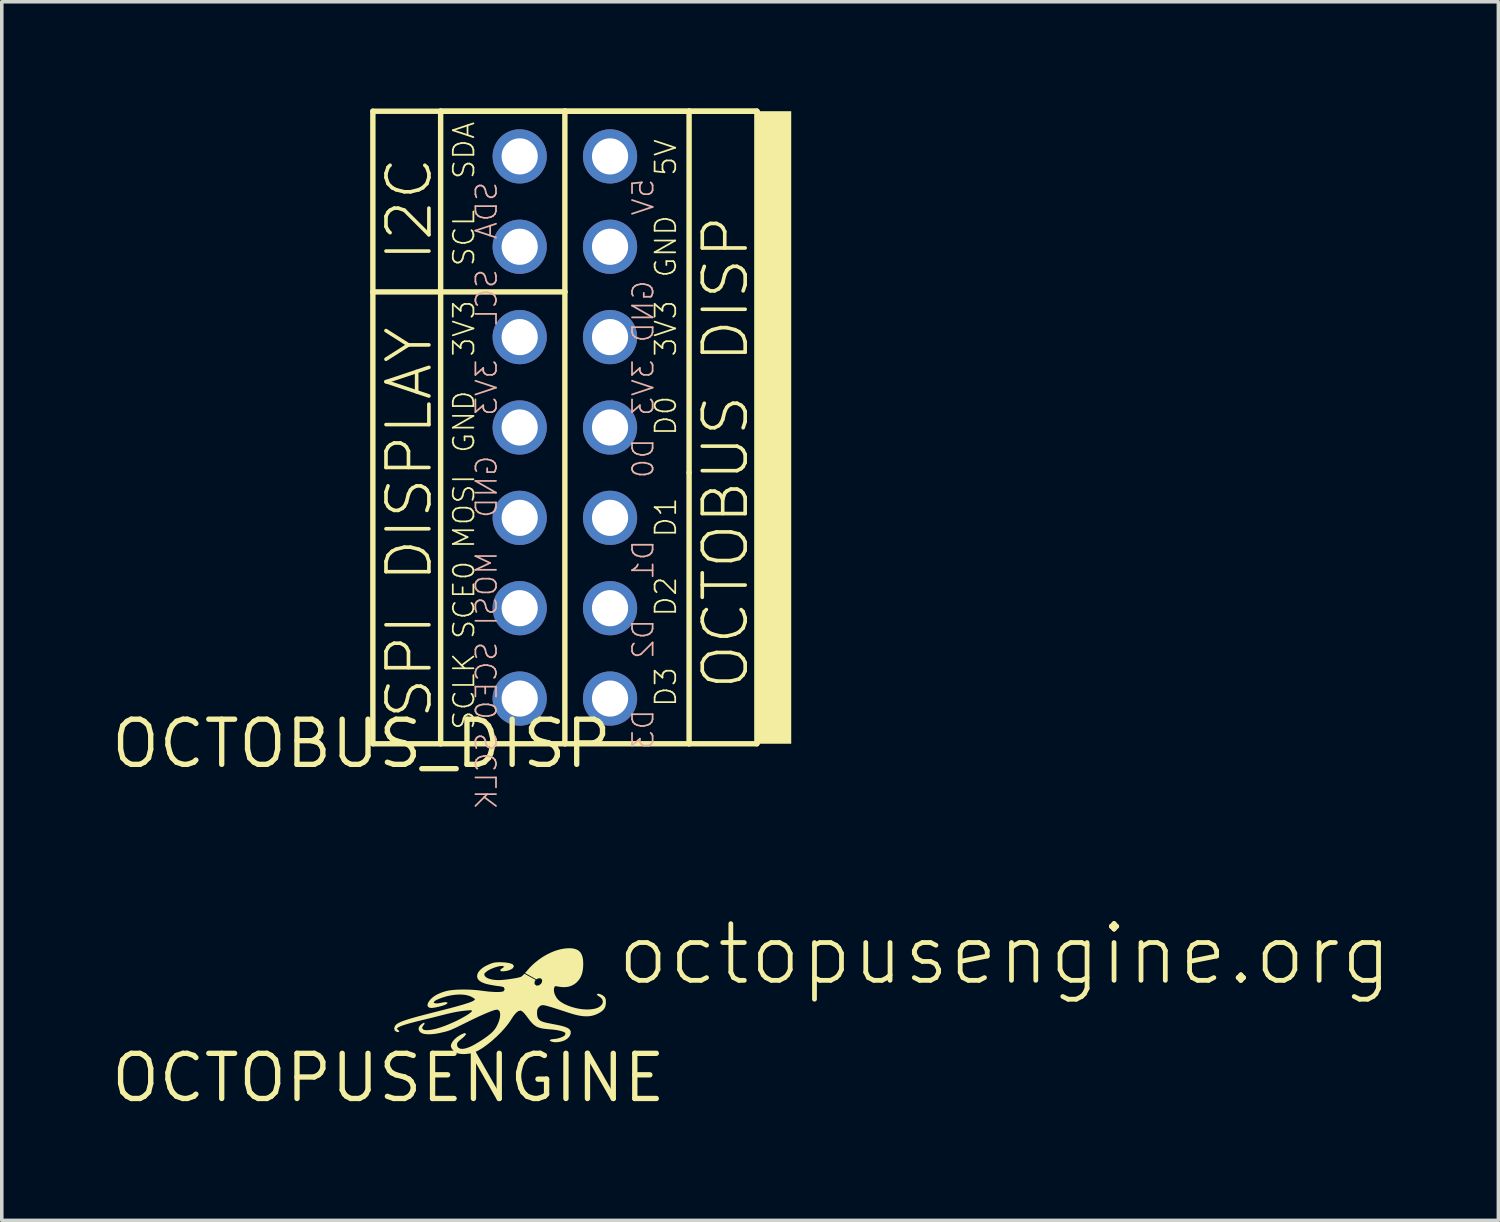
<source format=kicad_pcb>
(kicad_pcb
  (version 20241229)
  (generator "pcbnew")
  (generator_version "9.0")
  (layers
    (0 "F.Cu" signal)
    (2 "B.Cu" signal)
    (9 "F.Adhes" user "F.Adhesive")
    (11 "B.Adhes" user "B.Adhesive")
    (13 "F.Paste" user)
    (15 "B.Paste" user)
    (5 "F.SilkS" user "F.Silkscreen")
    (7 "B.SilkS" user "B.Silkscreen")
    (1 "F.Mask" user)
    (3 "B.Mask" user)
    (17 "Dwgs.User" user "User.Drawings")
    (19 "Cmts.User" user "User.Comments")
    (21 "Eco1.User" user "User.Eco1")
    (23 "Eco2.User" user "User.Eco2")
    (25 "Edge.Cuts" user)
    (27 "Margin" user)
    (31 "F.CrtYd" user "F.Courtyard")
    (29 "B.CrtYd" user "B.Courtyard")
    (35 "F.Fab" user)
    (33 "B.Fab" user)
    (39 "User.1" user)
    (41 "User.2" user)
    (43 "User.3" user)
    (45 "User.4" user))
  (footprint "OCTOPUSENGINE"
    (layer "F.Cu")
    (at 7.869 27.248)
    (property "Reference" "OCTOPUSENGINE" (at 0 0 0) (layer "F.SilkS") (effects (font (size 1.27 1.27) (thickness 0.15))))
    (attr through_hole)
    (fp_poly (pts (xy 1.951 -0.689) (xy 2.02 -0.674) (xy 2.09 -0.669) (xy 2.161 -0.67) (xy 2.231 -0.676) (xy 2.3 -0.688) (xy 2.369 -0.704) (xy 2.436 -0.726) (xy 2.5 -0.755) (xy 2.562 -0.789) (xy 2.622 -0.826) (xy 2.681 -0.865) (xy 2.794 -0.948) (xy 2.904 -1.037) (xy 2.957 -1.084) (xy 3.061 -1.179) (xy 3.161 -1.279) (xy 3.256 -1.383) (xy 3.346 -1.492) (xy 3.388 -1.548) (xy 3.428 -1.606) (xy 3.504 -1.725) (xy 3.547 -1.781) (xy 3.594 -1.833) (xy 3.65 -1.876) (xy 3.717 -1.893) (xy 3.777 -1.857) (xy 3.825 -1.806) (xy 3.87 -1.751) (xy 3.954 -1.639) (xy 3.998 -1.583) (xy 4.045 -1.531) (xy 4.097 -1.483) (xy 4.156 -1.444) (xy 4.22 -1.415) (xy 4.288 -1.396) (xy 4.357 -1.383) (xy 4.427 -1.374) (xy 4.638 -1.355) (xy 4.708 -1.346) (xy 4.777 -1.334) (xy 4.846 -1.318) (xy 4.913 -1.297) (xy 4.975 -1.264) (xy 4.965 -1.202) (xy 4.908 -1.161) (xy 4.844 -1.133) (xy 4.776 -1.112) (xy 4.707 -1.098) (xy 4.567 -1.082) (xy 4.528 -1.049) (xy 4.59 -1.017) (xy 4.659 -1.003) (xy 4.73 -1.002) (xy 4.8 -1.009) (xy 4.869 -1.024) (xy 4.935 -1.047) (xy 4.998 -1.08) (xy 5.053 -1.123) (xy 5.097 -1.178) (xy 5.123 -1.243) (xy 5.123 -1.313) (xy 5.085 -1.371) (xy 5.025 -1.408) (xy 4.96 -1.434) (xy 4.892 -1.455) (xy 4.755 -1.487) (xy 4.478 -1.54) (xy 4.409 -1.556) (xy 4.341 -1.575) (xy 4.277 -1.603) (xy 4.222 -1.647) (xy 4.189 -1.709) (xy 4.178 -1.779) (xy 4.177 -1.849) (xy 4.185 -1.919) (xy 4.219 -1.98) (xy 4.27 -2.028) (xy 4.336 -2.046) (xy 4.406 -2.035) (xy 4.474 -2.018) (xy 4.609 -1.978) (xy 5.146 -1.805) (xy 5.214 -1.785) (xy 5.282 -1.767) (xy 5.351 -1.752) (xy 5.421 -1.74) (xy 5.491 -1.733) (xy 5.561 -1.73) (xy 5.632 -1.732) (xy 5.702 -1.742) (xy 5.77 -1.758) (xy 5.836 -1.782) (xy 5.9 -1.812) (xy 5.961 -1.847) (xy 6.018 -1.889) (xy 6.065 -1.941) (xy 6.096 -2.004) (xy 6.11 -2.073) (xy 6.112 -2.144) (xy 6.107 -2.214) (xy 6.076 -2.276) (xy 6.021 -2.32) (xy 5.958 -2.351) (xy 5.89 -2.368) (xy 5.852 -2.339) (xy 5.908 -2.297) (xy 5.967 -2.257) (xy 6.012 -2.203) (xy 6.028 -2.136) (xy 6.006 -2.07) (xy 5.959 -2.018) (xy 5.9 -1.978) (xy 5.835 -1.953) (xy 5.766 -1.937) (xy 5.696 -1.928) (xy 5.626 -1.923) (xy 5.555 -1.923) (xy 5.485 -1.927) (xy 5.415 -1.934) (xy 5.345 -1.945) (xy 5.276 -1.96) (xy 5.208 -1.977) (xy 5.14 -1.997) (xy 5.074 -2.02) (xy 5.008 -2.047) (xy 4.944 -2.077) (xy 4.883 -2.111) (xy 4.824 -2.15) (xy 4.771 -2.196) (xy 4.726 -2.251) (xy 4.691 -2.312) (xy 4.665 -2.377) (xy 4.651 -2.446) (xy 4.653 -2.516) (xy 4.681 -2.58) (xy 4.818 -2.559) (xy 4.889 -2.551) (xy 4.959 -2.55) (xy 5.029 -2.557) (xy 5.098 -2.572) (xy 5.164 -2.598) (xy 5.225 -2.632) (xy 5.281 -2.675) (xy 5.33 -2.725) (xy 5.373 -2.781) (xy 5.408 -2.843) (xy 5.434 -2.908) (xy 5.453 -2.976) (xy 5.465 -3.045) (xy 5.472 -3.115) (xy 5.475 -3.186) (xy 5.474 -3.256) (xy 5.468 -3.327) (xy 5.455 -3.396) (xy 5.433 -3.463) (xy 5.398 -3.524) (xy 5.349 -3.574) (xy 5.288 -3.609) (xy 5.221 -3.63) (xy 5.151 -3.641) (xy 5.081 -3.644) (xy 5.01 -3.641) (xy 4.94 -3.634) (xy 4.87 -3.622) (xy 4.802 -3.606) (xy 4.734 -3.586) (xy 4.667 -3.564) (xy 4.602 -3.538) (xy 4.537 -3.509) (xy 4.474 -3.478) (xy 4.412 -3.444) (xy 4.352 -3.408) (xy 4.292 -3.37) (xy 4.235 -3.329) (xy 4.179 -3.286) (xy 4.124 -3.242) (xy 4.071 -3.195) (xy 4.02 -3.147) (xy 3.97 -3.096) (xy 3.839 -2.947) (xy 4.156 -2.769) (xy 4.206 -2.796) (xy 4.276 -2.8) (xy 4.323 -2.753) (xy 4.312 -2.684) (xy 4.286 -2.641) (xy 4.229 -2.601) (xy 4.159 -2.593) (xy 4.109 -2.635) (xy 4.108 -2.704) (xy 4.138 -2.753) (xy 3.822 -2.928) (xy 3.783 -2.886) (xy 3.729 -2.841) (xy 3.661 -2.821) (xy 3.592 -2.806) (xy 3.453 -2.783) (xy 3.314 -2.764) (xy 3.173 -2.751) (xy 3.103 -2.748) (xy 3.032 -2.75) (xy 2.962 -2.756) (xy 2.893 -2.768) (xy 2.825 -2.787) (xy 2.761 -2.816) (xy 2.707 -2.862) (xy 2.692 -2.925) (xy 2.741 -2.976) (xy 2.798 -3.016) (xy 2.86 -3.05) (xy 2.925 -3.079) (xy 2.991 -3.104) (xy 3.058 -3.124) (xy 3.127 -3.14) (xy 3.197 -3.147) (xy 3.259 -3.125) (xy 3.203 -3.084) (xy 3.144 -3.045) (xy 3.156 -2.998) (xy 3.226 -2.995) (xy 3.296 -3.002) (xy 3.365 -3.017) (xy 3.431 -3.041) (xy 3.491 -3.078) (xy 3.528 -3.136) (xy 3.493 -3.193) (xy 3.428 -3.218) (xy 3.359 -3.233) (xy 3.289 -3.243) (xy 3.219 -3.248) (xy 3.148 -3.251) (xy 3.078 -3.25) (xy 3.008 -3.245) (xy 2.938 -3.232) (xy 2.872 -3.209) (xy 2.807 -3.181) (xy 2.743 -3.151) (xy 2.682 -3.116) (xy 2.625 -3.075) (xy 2.573 -3.028) (xy 2.528 -2.973) (xy 2.498 -2.91) (xy 2.491 -2.84) (xy 2.515 -2.775) (xy 2.564 -2.724) (xy 2.624 -2.687) (xy 2.689 -2.66) (xy 2.756 -2.639) (xy 2.825 -2.623) (xy 2.963 -2.597) (xy 3.173 -2.568) (xy 3.241 -2.549) (xy 3.267 -2.487) (xy 3.234 -2.432) (xy 3.165 -2.418) (xy 3.095 -2.413) (xy 3.024 -2.413) (xy 2.954 -2.416) (xy 2.813 -2.426) (xy 2.743 -2.434) (xy 2.533 -2.461) (xy 2.463 -2.468) (xy 2.322 -2.478) (xy 2.252 -2.481) (xy 2.111 -2.483) (xy 1.97 -2.481) (xy 1.899 -2.477) (xy 1.829 -2.472) (xy 1.759 -2.464) (xy 1.689 -2.454) (xy 1.62 -2.438) (xy 1.553 -2.419) (xy 1.486 -2.396) (xy 1.421 -2.369) (xy 1.357 -2.338) (xy 1.297 -2.302) (xy 1.24 -2.26) (xy 1.188 -2.212) (xy 1.144 -2.158) (xy 1.108 -2.097) (xy 1.095 -2.028) (xy 1.138 -1.976) (xy 1.207 -1.964) (xy 1.277 -1.971) (xy 1.346 -1.984) (xy 1.415 -1.999) (xy 1.483 -2.017) (xy 1.55 -2.038) (xy 1.616 -2.063) (xy 1.67 -2.107) (xy 1.613 -2.131) (xy 1.543 -2.123) (xy 1.474 -2.108) (xy 1.405 -2.096) (xy 1.334 -2.092) (xy 1.268 -2.109) (xy 1.299 -2.161) (xy 1.361 -2.194) (xy 1.426 -2.223) (xy 1.492 -2.248) (xy 1.559 -2.27) (xy 1.626 -2.29) (xy 1.695 -2.306) (xy 1.764 -2.32) (xy 1.834 -2.331) (xy 1.904 -2.338) (xy 1.974 -2.342) (xy 2.045 -2.342) (xy 2.115 -2.337) (xy 2.185 -2.327) (xy 2.253 -2.31) (xy 2.319 -2.285) (xy 2.381 -2.252) (xy 2.437 -2.209) (xy 2.388 -2.164) (xy 2.323 -2.136) (xy 2.257 -2.111) (xy 2.123 -2.068) (xy 1.919 -2.009) (xy 1.715 -1.954) (xy 1.1 -1.797) (xy 0.827 -1.726) (xy 0.624 -1.668) (xy 0.489 -1.626) (xy 0.423 -1.603) (xy 0.357 -1.577) (xy 0.293 -1.548) (xy 0.232 -1.511) (xy 0.184 -1.461) (xy 0.161 -1.394) (xy 0.178 -1.328) (xy 0.237 -1.291) (xy 0.306 -1.287) (xy 0.287 -1.334) (xy 0.234 -1.379) (xy 0.281 -1.424) (xy 0.346 -1.453) (xy 0.412 -1.478) (xy 0.546 -1.52) (xy 0.751 -1.575) (xy 1.162 -1.675) (xy 1.64 -1.796) (xy 1.778 -1.828) (xy 1.916 -1.856) (xy 2.055 -1.878) (xy 2.195 -1.893) (xy 2.336 -1.903) (xy 2.344 -1.866) (xy 2.29 -1.821) (xy 2.233 -1.781) (xy 2.173 -1.743) (xy 2.112 -1.708) (xy 1.988 -1.641) (xy 1.925 -1.609) (xy 1.797 -1.55) (xy 1.667 -1.494) (xy 1.602 -1.468) (xy 1.469 -1.42) (xy 1.334 -1.38) (xy 1.265 -1.364) (xy 1.196 -1.351) (xy 1.126 -1.342) (xy 1.055 -1.34) (xy 0.986 -1.352) (xy 0.943 -1.402) (xy 0.972 -1.463) (xy 1.017 -1.517) (xy 1.002 -1.555) (xy 0.941 -1.518) (xy 0.888 -1.473) (xy 0.851 -1.414) (xy 0.851 -1.344) (xy 0.89 -1.287) (xy 0.95 -1.25) (xy 1.018 -1.233) (xy 1.088 -1.226) (xy 1.159 -1.225) (xy 1.229 -1.229) (xy 1.299 -1.236) (xy 1.369 -1.247) (xy 1.438 -1.26) (xy 1.576 -1.292) (xy 1.644 -1.31) (xy 1.711 -1.332) (xy 1.777 -1.358) (xy 1.905 -1.416) (xy 2.348 -1.634) (xy 2.539 -1.725) (xy 2.732 -1.81) (xy 2.863 -1.864) (xy 2.929 -1.888) (xy 2.996 -1.909) (xy 3.066 -1.918) (xy 3.121 -1.879) (xy 3.14 -1.811) (xy 3.139 -1.741) (xy 3.127 -1.671) (xy 3.108 -1.603) (xy 3.083 -1.537) (xy 3.054 -1.473) (xy 3.021 -1.411) (xy 2.98 -1.353) (xy 2.933 -1.301) (xy 2.882 -1.252) (xy 2.828 -1.207) (xy 2.772 -1.164) (xy 2.715 -1.123) (xy 2.657 -1.083) (xy 2.538 -1.007) (xy 2.417 -0.935) (xy 2.355 -0.902) (xy 2.291 -0.872) (xy 2.225 -0.847) (xy 2.157 -0.826) (xy 2.088 -0.815) (xy 2.018 -0.82) (xy 1.957 -0.854) (xy 1.927 -0.916) (xy 1.935 -0.984) (xy 1.982 -1.037) (xy 2.091 -1.126) (xy 2.142 -1.174) (xy 2.184 -1.23) (xy 2.149 -1.261) (xy 2.083 -1.237) (xy 2.02 -1.205) (xy 1.96 -1.168) (xy 1.903 -1.126) (xy 1.852 -1.078) (xy 1.806 -1.024) (xy 1.77 -0.964) (xy 1.752 -0.896) (xy 1.774 -0.83) (xy 1.818 -0.776) (xy 1.872 -0.73) (xy 1.933 -0.696)) (stroke (width 0) (type solid)) (fill yes) (layer "F.SilkS"))
    (fp_text user "octopusengine.org" (at 6.35 -2.54 0) (layer "F.SilkS") (effects (font (size 1.593 1.593) (thickness 0.134)) (justify left bottom))))
  (footprint "OCTOBUS_DISP"
    (layer "F.Cu")
    (at 7.113 17.856)
    (property "Reference" "OCTOBUS_DISP" (at 0 0 0) (layer "F.SilkS") (effects (font (size 1.27 1.27) (thickness 0.15))))
    (attr through_hole)
    (fp_line (start 0.318 -17.78) (end 0.318 -12.7) (stroke (width 0.152) (type solid)) (layer "F.SilkS"))
    (fp_line (start 0.318 -12.7) (end 0.318 0) (stroke (width 0.152) (type solid)) (layer "F.SilkS"))
    (fp_line (start 0.318 -12.7) (end 2.172 -12.7) (stroke (width 0.152) (type solid)) (layer "F.SilkS"))
    (fp_line (start 0.318 0) (end 2.223 0) (stroke (width 0.152) (type solid)) (layer "F.SilkS"))
    (fp_line (start 2.223 -17.78) (end 0.318 -17.78) (stroke (width 0.152) (type solid)) (layer "F.SilkS"))
    (fp_line (start 2.223 -17.78) (end 2.223 -12.7) (stroke (width 0.152) (type solid)) (layer "F.SilkS"))
    (fp_line (start 2.223 -12.7) (end 2.223 0) (stroke (width 0.152) (type solid)) (layer "F.SilkS"))
    (fp_line (start 2.223 -12.7) (end 5.715 -12.7) (stroke (width 0.152) (type solid)) (layer "F.SilkS"))
    (fp_line (start 2.223 0) (end 5.715 0) (stroke (width 0.152) (type solid)) (layer "F.SilkS"))
    (fp_line (start 5.715 -17.78) (end 2.223 -17.78) (stroke (width 0.152) (type solid)) (layer "F.SilkS"))
    (fp_line (start 5.715 -17.78) (end 2.223 -17.78) (stroke (width 0.152) (type solid)) (layer "F.SilkS"))
    (fp_line (start 5.715 -17.78) (end 5.715 -12.7) (stroke (width 0.152) (type solid)) (layer "F.SilkS"))
    (fp_line (start 5.715 -12.7) (end 5.715 0) (stroke (width 0.152) (type solid)) (layer "F.SilkS"))
    (fp_line (start 5.715 0) (end 9.207 0) (stroke (width 0.152) (type solid)) (layer "F.SilkS"))
    (fp_line (start 9.207 -17.78) (end 5.715 -17.78) (stroke (width 0.152) (type solid)) (layer "F.SilkS"))
    (fp_line (start 9.207 -17.78) (end 5.715 -17.78) (stroke (width 0.152) (type solid)) (layer "F.SilkS"))
    (fp_line (start 9.207 -7.62) (end 9.207 -17.78) (stroke (width 0.152) (type solid)) (layer "F.SilkS"))
    (fp_line (start 9.207 0) (end 9.207 -7.62) (stroke (width 0.152) (type solid)) (layer "F.SilkS"))
    (fp_line (start 9.207 0) (end 11.113 0) (stroke (width 0.152) (type solid)) (layer "F.SilkS"))
    (fp_line (start 11.113 -17.78) (end 9.207 -17.78) (stroke (width 0.152) (type solid)) (layer "F.SilkS"))
    (fp_line (start 11.113 -17.78) (end 9.207 -17.78) (stroke (width 0.152) (type solid)) (layer "F.SilkS"))
    (fp_line (start 11.113 0) (end 11.113 -17.78) (stroke (width 0.152) (type solid)) (layer "F.SilkS"))
    (fp_poly (pts (xy 11.113 0) (xy 12.078 0) (xy 12.078 -17.78) (xy 11.113 -17.78)) (stroke (width 0) (type solid)) (fill yes) (layer "F.SilkS"))
    (fp_text user "GND" (at 8.89 -13.065 90) (layer "F.SilkS") (effects (font (size 0.579 0.579) (thickness 0.049)) (justify left bottom)))
    (fp_text user "D3" (at 8.89 -1 90) (layer "F.SilkS") (effects (font (size 0.579 0.579) (thickness 0.049)) (justify left bottom)))
    (fp_text user "D1" (at 8.89 -5.763 90) (layer "F.SilkS") (effects (font (size 0.579 0.579) (thickness 0.049)) (justify left bottom)))
    (fp_text user "I2C" (at 0.635 -16.558 90) (layer "F.SilkS") (effects (font (size 1.206 1.206) (thickness 0.102)) (justify right top)))
    (fp_text user "SCE0" (at 2.54 -2.905 90) (layer "F.SilkS") (effects (font (size 0.579 0.579) (thickness 0.049)) (justify left top)))
    (fp_text user "OCTOBUS DISP" (at 9.525 -14.922 90) (layer "F.SilkS") (effects (font (size 1.206 1.206) (thickness 0.102)) (justify right top)))
    (fp_text user "SCLK" (at 2.54 -0.352 90) (layer "F.SilkS") (effects (font (size 0.579 0.579) (thickness 0.049)) (justify left top)))
    (fp_text user "3V3" (at 2.54 -10.842 90) (layer "F.SilkS") (effects (font (size 0.579 0.579) (thickness 0.049)) (justify left top)))
    (fp_text user "SCL" (at 2.54 -13.383 90) (layer "F.SilkS") (effects (font (size 0.579 0.579) (thickness 0.049)) (justify left top)))
    (fp_text user "GND" (at 2.54 -8.137 90) (layer "F.SilkS") (effects (font (size 0.579 0.579) (thickness 0.049)) (justify left top)))
    (fp_text user "3V3" (at 8.89 -10.842 90) (layer "F.SilkS") (effects (font (size 0.579 0.579) (thickness 0.049)) (justify left bottom)))
    (fp_text user "MOSI" (at 2.54 -5.445 90) (layer "F.SilkS") (effects (font (size 0.579 0.579) (thickness 0.049)) (justify left top)))
    (fp_text user "SDA" (at 2.54 -15.834 90) (layer "F.SilkS") (effects (font (size 0.579 0.579) (thickness 0.049)) (justify left top)))
    (fp_text user "SPI DISPLAY" (at 0.635 -11.795 90) (layer "F.SilkS") (effects (font (size 1.206 1.206) (thickness 0.102)) (justify right top)))
    (fp_text user "D0" (at 8.89 -8.62 90) (layer "F.SilkS") (effects (font (size 0.579 0.579) (thickness 0.049)) (justify left bottom)))
    (fp_text user "5V" (at 8.89 -15.922 90) (layer "F.SilkS") (effects (font (size 0.579 0.579) (thickness 0.049)) (justify left bottom)))
    (fp_text user "D2" (at 8.89 -3.54 90) (layer "F.SilkS") (effects (font (size 0.579 0.579) (thickness 0.049)) (justify left bottom)))
    (fp_text user "3V3" (at 3.175 -10.842 270) (layer "B.SilkS") (effects (font (size 0.579 0.579) (thickness 0.049)) (justify left top mirror)))
    (fp_text user "5V" (at 8.255 -15.922 270) (layer "B.SilkS") (effects (font (size 0.579 0.579) (thickness 0.049)) (justify left bottom mirror)))
    (fp_text user "GND" (at 3.175 -8.137 270) (layer "B.SilkS") (effects (font (size 0.579 0.579) (thickness 0.049)) (justify left top mirror)))
    (fp_text user "MOSI" (at 3.175 -5.445 270) (layer "B.SilkS") (effects (font (size 0.579 0.579) (thickness 0.049)) (justify left top mirror)))
    (fp_text user "SCL" (at 3.175 -13.383 270) (layer "B.SilkS") (effects (font (size 0.579 0.579) (thickness 0.049)) (justify left top mirror)))
    (fp_text user "D1" (at 8.255 -5.763 270) (layer "B.SilkS") (effects (font (size 0.579 0.579) (thickness 0.049)) (justify left bottom mirror)))
    (fp_text user "3V3" (at 8.255 -10.842 270) (layer "B.SilkS") (effects (font (size 0.579 0.579) (thickness 0.049)) (justify left bottom mirror)))
    (fp_text user "SCE0" (at 3.175 -2.905 270) (layer "B.SilkS") (effects (font (size 0.579 0.579) (thickness 0.049)) (justify left top mirror)))
    (fp_text user "D3" (at 8.255 -1 270) (layer "B.SilkS") (effects (font (size 0.579 0.579) (thickness 0.049)) (justify left bottom mirror)))
    (fp_text user "D2" (at 8.255 -3.54 270) (layer "B.SilkS") (effects (font (size 0.579 0.579) (thickness 0.049)) (justify left bottom mirror)))
    (fp_text user "GND" (at 8.255 -13.065 270) (layer "B.SilkS") (effects (font (size 0.579 0.579) (thickness 0.049)) (justify left bottom mirror)))
    (fp_text user "D0" (at 8.255 -8.62 270) (layer "B.SilkS") (effects (font (size 0.579 0.579) (thickness 0.049)) (justify left bottom mirror)))
    (fp_text user "SCLK" (at 3.175 -0.352 270) (layer "B.SilkS") (effects (font (size 0.579 0.579) (thickness 0.049)) (justify left top mirror)))
    (fp_text user "SDA" (at 3.175 -15.834 270) (layer "B.SilkS") (effects (font (size 0.579 0.579) (thickness 0.049)) (justify left top mirror)))
    (pad "3V3" thru_hole circle (at 6.985 -11.43) (size 1.524 1.524) (drill 1.016) (layers "*.Cu" "*.Mask"))
    (pad "3V3_2" thru_hole circle (at 4.445 -11.43) (size 1.524 1.524) (drill 1.016) (layers "*.Cu" "*.Mask"))
    (pad "5V" thru_hole circle (at 6.985 -16.51) (size 1.524 1.524) (drill 1.016) (layers "*.Cu" "*.Mask"))
    (pad "D0" thru_hole circle (at 6.985 -8.89) (size 1.524 1.524) (drill 1.016) (layers "*.Cu" "*.Mask"))
    (pad "D1" thru_hole circle (at 6.985 -6.35) (size 1.524 1.524) (drill 1.016) (layers "*.Cu" "*.Mask"))
    (pad "D2" thru_hole circle (at 6.985 -3.81) (size 1.524 1.524) (drill 1.016) (layers "*.Cu" "*.Mask"))
    (pad "D3" thru_hole circle (at 6.985 -1.27) (size 1.524 1.524) (drill 1.016) (layers "*.Cu" "*.Mask"))
    (pad "GND" thru_hole circle (at 6.985 -13.97) (size 1.524 1.524) (drill 1.016) (layers "*.Cu" "*.Mask"))
    (pad "GND_2" thru_hole circle (at 4.445 -8.89) (size 1.524 1.524) (drill 1.016) (layers "*.Cu" "*.Mask"))
    (pad "I2C_SCL" thru_hole circle (at 4.445 -13.97) (size 1.524 1.524) (drill 1.016) (layers "*.Cu" "*.Mask"))
    (pad "I2C_SDA" thru_hole circle (at 4.445 -16.51) (size 1.524 1.524) (drill 1.016) (layers "*.Cu" "*.Mask"))
    (pad "SPI_MOSI" thru_hole circle (at 4.445 -6.35) (size 1.524 1.524) (drill 1.016) (layers "*.Cu" "*.Mask"))
    (pad "SPI_SCE0" thru_hole circle (at 4.445 -3.81) (size 1.524 1.524) (drill 1.016) (layers "*.Cu" "*.Mask"))
    (pad "SPI_SCLK" thru_hole circle (at 4.445 -1.27) (size 1.524 1.524) (drill 1.016) (layers "*.Cu" "*.Mask")))
  (gr_rect
    (start -3 -3)
    (end 39.068 31.254)
    (stroke (width 0.1) (type default))
    (fill no)
    (layer "Edge.Cuts")))
</source>
